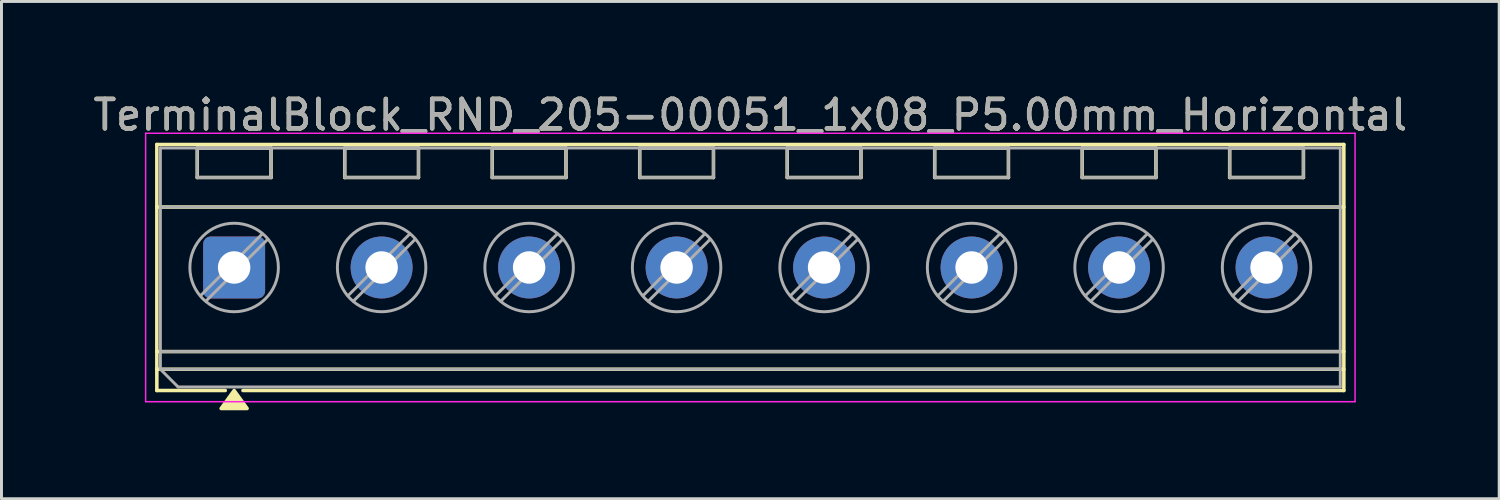
<source format=kicad_pcb>
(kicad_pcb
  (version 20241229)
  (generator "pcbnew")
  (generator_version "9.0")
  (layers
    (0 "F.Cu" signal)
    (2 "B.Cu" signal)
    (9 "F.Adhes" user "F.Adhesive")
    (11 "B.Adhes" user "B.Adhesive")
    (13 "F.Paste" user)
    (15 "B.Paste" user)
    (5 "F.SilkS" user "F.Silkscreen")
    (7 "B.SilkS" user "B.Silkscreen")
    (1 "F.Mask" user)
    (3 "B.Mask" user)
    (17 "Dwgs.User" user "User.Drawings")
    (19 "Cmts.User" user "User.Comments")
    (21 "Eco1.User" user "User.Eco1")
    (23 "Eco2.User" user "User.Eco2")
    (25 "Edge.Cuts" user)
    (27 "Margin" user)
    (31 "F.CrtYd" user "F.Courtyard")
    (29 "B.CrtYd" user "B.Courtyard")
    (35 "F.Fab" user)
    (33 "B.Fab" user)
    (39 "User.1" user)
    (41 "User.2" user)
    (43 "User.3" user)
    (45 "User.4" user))
  (footprint "TerminalBlock_RND_205-00051_1x08_P5.00mm_Horizontal"
    (layer "F.Cu")
    (at 4.887 6.018)
    (property "Reference" "TerminalBlock_RND_205-00051_1x08_P5.00mm_Horizontal" (at 17.5 -5.17 0) (layer "F.SilkS") (effects (font (size 1 1) (thickness 0.15))))
    (attr through_hole)
    (fp_line (start -2.62 -4.17) (end -2.62 4.17) (stroke (width 0.12) (type solid)) (layer "F.SilkS"))
    (fp_line (start -2.62 -4.17) (end 37.62 -4.17) (stroke (width 0.12) (type solid)) (layer "F.SilkS"))
    (fp_line (start -2.62 -2.05) (end 37.62 -2.05) (stroke (width 0.12) (type solid)) (layer "F.SilkS"))
    (fp_line (start -2.62 2.85) (end 37.62 2.85) (stroke (width 0.12) (type solid)) (layer "F.SilkS"))
    (fp_line (start -2.62 3.45) (end 37.62 3.45) (stroke (width 0.12) (type solid)) (layer "F.SilkS"))
    (fp_line (start -2.62 4.17) (end -0.3 4.17) (stroke (width 0.12) (type solid)) (layer "F.SilkS"))
    (fp_line (start -1.25 -4.05) (end -1.25 -3.05) (stroke (width 0.12) (type solid)) (layer "F.SilkS"))
    (fp_line (start -1.25 -4.05) (end 1.25 -4.05) (stroke (width 0.12) (type solid)) (layer "F.SilkS"))
    (fp_line (start -1.25 -3.05) (end 1.25 -3.05) (stroke (width 0.12) (type solid)) (layer "F.SilkS"))
    (fp_line (start 0.3 4.17) (end 37.62 4.17) (stroke (width 0.12) (type solid)) (layer "F.SilkS"))
    (fp_line (start 1.25 -4.05) (end 1.25 -3.05) (stroke (width 0.12) (type solid)) (layer "F.SilkS"))
    (fp_line (start 3.75 -4.05) (end 3.75 -3.05) (stroke (width 0.12) (type solid)) (layer "F.SilkS"))
    (fp_line (start 3.75 -4.05) (end 6.25 -4.05) (stroke (width 0.12) (type solid)) (layer "F.SilkS"))
    (fp_line (start 3.75 -3.05) (end 6.25 -3.05) (stroke (width 0.12) (type solid)) (layer "F.SilkS"))
    (fp_line (start 6.25 -4.05) (end 6.25 -3.05) (stroke (width 0.12) (type solid)) (layer "F.SilkS"))
    (fp_line (start 8.75 -4.05) (end 8.75 -3.05) (stroke (width 0.12) (type solid)) (layer "F.SilkS"))
    (fp_line (start 8.75 -4.05) (end 11.25 -4.05) (stroke (width 0.12) (type solid)) (layer "F.SilkS"))
    (fp_line (start 8.75 -3.05) (end 11.25 -3.05) (stroke (width 0.12) (type solid)) (layer "F.SilkS"))
    (fp_line (start 11.25 -4.05) (end 11.25 -3.05) (stroke (width 0.12) (type solid)) (layer "F.SilkS"))
    (fp_line (start 13.75 -4.05) (end 13.75 -3.05) (stroke (width 0.12) (type solid)) (layer "F.SilkS"))
    (fp_line (start 13.75 -4.05) (end 16.25 -4.05) (stroke (width 0.12) (type solid)) (layer "F.SilkS"))
    (fp_line (start 13.75 -3.05) (end 16.25 -3.05) (stroke (width 0.12) (type solid)) (layer "F.SilkS"))
    (fp_line (start 16.25 -4.05) (end 16.25 -3.05) (stroke (width 0.12) (type solid)) (layer "F.SilkS"))
    (fp_line (start 18.75 -4.05) (end 18.75 -3.05) (stroke (width 0.12) (type solid)) (layer "F.SilkS"))
    (fp_line (start 18.75 -4.05) (end 21.25 -4.05) (stroke (width 0.12) (type solid)) (layer "F.SilkS"))
    (fp_line (start 18.75 -3.05) (end 21.25 -3.05) (stroke (width 0.12) (type solid)) (layer "F.SilkS"))
    (fp_line (start 21.25 -4.05) (end 21.25 -3.05) (stroke (width 0.12) (type solid)) (layer "F.SilkS"))
    (fp_line (start 23.75 -4.05) (end 23.75 -3.05) (stroke (width 0.12) (type solid)) (layer "F.SilkS"))
    (fp_line (start 23.75 -4.05) (end 26.25 -4.05) (stroke (width 0.12) (type solid)) (layer "F.SilkS"))
    (fp_line (start 23.75 -3.05) (end 26.25 -3.05) (stroke (width 0.12) (type solid)) (layer "F.SilkS"))
    (fp_line (start 26.25 -4.05) (end 26.25 -3.05) (stroke (width 0.12) (type solid)) (layer "F.SilkS"))
    (fp_line (start 28.75 -4.05) (end 28.75 -3.05) (stroke (width 0.12) (type solid)) (layer "F.SilkS"))
    (fp_line (start 28.75 -4.05) (end 31.25 -4.05) (stroke (width 0.12) (type solid)) (layer "F.SilkS"))
    (fp_line (start 28.75 -3.05) (end 31.25 -3.05) (stroke (width 0.12) (type solid)) (layer "F.SilkS"))
    (fp_line (start 31.25 -4.05) (end 31.25 -3.05) (stroke (width 0.12) (type solid)) (layer "F.SilkS"))
    (fp_line (start 33.75 -4.05) (end 33.75 -3.05) (stroke (width 0.12) (type solid)) (layer "F.SilkS"))
    (fp_line (start 33.75 -4.05) (end 36.25 -4.05) (stroke (width 0.12) (type solid)) (layer "F.SilkS"))
    (fp_line (start 33.75 -3.05) (end 36.25 -3.05) (stroke (width 0.12) (type solid)) (layer "F.SilkS"))
    (fp_line (start 36.25 -4.05) (end 36.25 -3.05) (stroke (width 0.12) (type solid)) (layer "F.SilkS"))
    (fp_line (start 37.62 -4.17) (end 37.62 4.17) (stroke (width 0.12) (type solid)) (layer "F.SilkS"))
    (fp_poly (pts (xy 0 4.17) (xy 0.44 4.78) (xy -0.44 4.78)) (stroke (width 0.12) (type solid)) (fill yes) (layer "F.SilkS"))
    (fp_line (start -3 -4.55) (end -3 4.55) (stroke (width 0.05) (type solid)) (layer "F.CrtYd"))
    (fp_line (start -3 4.55) (end 38 4.55) (stroke (width 0.05) (type solid)) (layer "F.CrtYd"))
    (fp_line (start 38 -4.55) (end -3 -4.55) (stroke (width 0.05) (type solid)) (layer "F.CrtYd"))
    (fp_line (start 38 4.55) (end 38 -4.55) (stroke (width 0.05) (type solid)) (layer "F.CrtYd"))
    (fp_line (start -2.5 -4.05) (end 37.5 -4.05) (stroke (width 0.1) (type solid)) (layer "F.Fab"))
    (fp_line (start -2.5 -2.05) (end 37.5 -2.05) (stroke (width 0.1) (type solid)) (layer "F.Fab"))
    (fp_line (start -2.5 2.85) (end 37.5 2.85) (stroke (width 0.1) (type solid)) (layer "F.Fab"))
    (fp_line (start -2.5 3.45) (end -2.5 -4.05) (stroke (width 0.1) (type solid)) (layer "F.Fab"))
    (fp_line (start -2.5 3.45) (end 37.5 3.45) (stroke (width 0.1) (type solid)) (layer "F.Fab"))
    (fp_line (start -1.9 4.05) (end -2.5 3.45) (stroke (width 0.1) (type solid)) (layer "F.Fab"))
    (fp_line (start -1.25 -4.05) (end -1.25 -3.05) (stroke (width 0.1) (type solid)) (layer "F.Fab"))
    (fp_line (start -1.25 -3.05) (end 1.25 -3.05) (stroke (width 0.1) (type solid)) (layer "F.Fab"))
    (fp_line (start 0.955 -1.138) (end -1.138 0.955) (stroke (width 0.1) (type solid)) (layer "F.Fab"))
    (fp_line (start 1.138 -0.955) (end -0.955 1.138) (stroke (width 0.1) (type solid)) (layer "F.Fab"))
    (fp_line (start 1.25 -4.05) (end -1.25 -4.05) (stroke (width 0.1) (type solid)) (layer "F.Fab"))
    (fp_line (start 1.25 -3.05) (end 1.25 -4.05) (stroke (width 0.1) (type solid)) (layer "F.Fab"))
    (fp_line (start 3.75 -4.05) (end 3.75 -3.05) (stroke (width 0.1) (type solid)) (layer "F.Fab"))
    (fp_line (start 3.75 -3.05) (end 6.25 -3.05) (stroke (width 0.1) (type solid)) (layer "F.Fab"))
    (fp_line (start 5.955 -1.138) (end 3.862 0.955) (stroke (width 0.1) (type solid)) (layer "F.Fab"))
    (fp_line (start 6.138 -0.955) (end 4.045 1.138) (stroke (width 0.1) (type solid)) (layer "F.Fab"))
    (fp_line (start 6.25 -4.05) (end 3.75 -4.05) (stroke (width 0.1) (type solid)) (layer "F.Fab"))
    (fp_line (start 6.25 -3.05) (end 6.25 -4.05) (stroke (width 0.1) (type solid)) (layer "F.Fab"))
    (fp_line (start 8.75 -4.05) (end 8.75 -3.05) (stroke (width 0.1) (type solid)) (layer "F.Fab"))
    (fp_line (start 8.75 -3.05) (end 11.25 -3.05) (stroke (width 0.1) (type solid)) (layer "F.Fab"))
    (fp_line (start 10.955 -1.138) (end 8.862 0.955) (stroke (width 0.1) (type solid)) (layer "F.Fab"))
    (fp_line (start 11.138 -0.955) (end 9.045 1.138) (stroke (width 0.1) (type solid)) (layer "F.Fab"))
    (fp_line (start 11.25 -4.05) (end 8.75 -4.05) (stroke (width 0.1) (type solid)) (layer "F.Fab"))
    (fp_line (start 11.25 -3.05) (end 11.25 -4.05) (stroke (width 0.1) (type solid)) (layer "F.Fab"))
    (fp_line (start 13.75 -4.05) (end 13.75 -3.05) (stroke (width 0.1) (type solid)) (layer "F.Fab"))
    (fp_line (start 13.75 -3.05) (end 16.25 -3.05) (stroke (width 0.1) (type solid)) (layer "F.Fab"))
    (fp_line (start 15.955 -1.138) (end 13.862 0.955) (stroke (width 0.1) (type solid)) (layer "F.Fab"))
    (fp_line (start 16.138 -0.955) (end 14.045 1.138) (stroke (width 0.1) (type solid)) (layer "F.Fab"))
    (fp_line (start 16.25 -4.05) (end 13.75 -4.05) (stroke (width 0.1) (type solid)) (layer "F.Fab"))
    (fp_line (start 16.25 -3.05) (end 16.25 -4.05) (stroke (width 0.1) (type solid)) (layer "F.Fab"))
    (fp_line (start 18.75 -4.05) (end 18.75 -3.05) (stroke (width 0.1) (type solid)) (layer "F.Fab"))
    (fp_line (start 18.75 -3.05) (end 21.25 -3.05) (stroke (width 0.1) (type solid)) (layer "F.Fab"))
    (fp_line (start 20.955 -1.138) (end 18.862 0.955) (stroke (width 0.1) (type solid)) (layer "F.Fab"))
    (fp_line (start 21.138 -0.955) (end 19.045 1.138) (stroke (width 0.1) (type solid)) (layer "F.Fab"))
    (fp_line (start 21.25 -4.05) (end 18.75 -4.05) (stroke (width 0.1) (type solid)) (layer "F.Fab"))
    (fp_line (start 21.25 -3.05) (end 21.25 -4.05) (stroke (width 0.1) (type solid)) (layer "F.Fab"))
    (fp_line (start 23.75 -4.05) (end 23.75 -3.05) (stroke (width 0.1) (type solid)) (layer "F.Fab"))
    (fp_line (start 23.75 -3.05) (end 26.25 -3.05) (stroke (width 0.1) (type solid)) (layer "F.Fab"))
    (fp_line (start 25.955 -1.138) (end 23.862 0.955) (stroke (width 0.1) (type solid)) (layer "F.Fab"))
    (fp_line (start 26.138 -0.955) (end 24.045 1.138) (stroke (width 0.1) (type solid)) (layer "F.Fab"))
    (fp_line (start 26.25 -4.05) (end 23.75 -4.05) (stroke (width 0.1) (type solid)) (layer "F.Fab"))
    (fp_line (start 26.25 -3.05) (end 26.25 -4.05) (stroke (width 0.1) (type solid)) (layer "F.Fab"))
    (fp_line (start 28.75 -4.05) (end 28.75 -3.05) (stroke (width 0.1) (type solid)) (layer "F.Fab"))
    (fp_line (start 28.75 -3.05) (end 31.25 -3.05) (stroke (width 0.1) (type solid)) (layer "F.Fab"))
    (fp_line (start 30.955 -1.138) (end 28.862 0.955) (stroke (width 0.1) (type solid)) (layer "F.Fab"))
    (fp_line (start 31.138 -0.955) (end 29.045 1.138) (stroke (width 0.1) (type solid)) (layer "F.Fab"))
    (fp_line (start 31.25 -4.05) (end 28.75 -4.05) (stroke (width 0.1) (type solid)) (layer "F.Fab"))
    (fp_line (start 31.25 -3.05) (end 31.25 -4.05) (stroke (width 0.1) (type solid)) (layer "F.Fab"))
    (fp_line (start 33.75 -4.05) (end 33.75 -3.05) (stroke (width 0.1) (type solid)) (layer "F.Fab"))
    (fp_line (start 33.75 -3.05) (end 36.25 -3.05) (stroke (width 0.1) (type solid)) (layer "F.Fab"))
    (fp_line (start 35.955 -1.138) (end 33.862 0.955) (stroke (width 0.1) (type solid)) (layer "F.Fab"))
    (fp_line (start 36.138 -0.955) (end 34.045 1.138) (stroke (width 0.1) (type solid)) (layer "F.Fab"))
    (fp_line (start 36.25 -4.05) (end 33.75 -4.05) (stroke (width 0.1) (type solid)) (layer "F.Fab"))
    (fp_line (start 36.25 -3.05) (end 36.25 -4.05) (stroke (width 0.1) (type solid)) (layer "F.Fab"))
    (fp_line (start 37.5 -4.05) (end 37.5 4.05) (stroke (width 0.1) (type solid)) (layer "F.Fab"))
    (fp_line (start 37.5 4.05) (end -1.9 4.05) (stroke (width 0.1) (type solid)) (layer "F.Fab"))
    (fp_circle (center 0 0) (end 1.5 0) (stroke (width 0.1) (type solid)) (fill no) (layer "F.Fab"))
    (fp_circle (center 5 0) (end 6.5 0) (stroke (width 0.1) (type solid)) (fill no) (layer "F.Fab"))
    (fp_circle (center 10 0) (end 11.5 0) (stroke (width 0.1) (type solid)) (fill no) (layer "F.Fab"))
    (fp_circle (center 15 0) (end 16.5 0) (stroke (width 0.1) (type solid)) (fill no) (layer "F.Fab"))
    (fp_circle (center 20 0) (end 21.5 0) (stroke (width 0.1) (type solid)) (fill no) (layer "F.Fab"))
    (fp_circle (center 25 0) (end 26.5 0) (stroke (width 0.1) (type solid)) (fill no) (layer "F.Fab"))
    (fp_circle (center 30 0) (end 31.5 0) (stroke (width 0.1) (type solid)) (fill no) (layer "F.Fab"))
    (fp_circle (center 35 0) (end 36.5 0) (stroke (width 0.1) (type solid)) (fill no) (layer "F.Fab"))
    (fp_text user "${REFERENCE}" (at 17.5 -5.17 0) (layer "F.Fab") (effects (font (size 1 1) (thickness 0.15))))
    (pad "1" thru_hole roundrect (at 0 0) (size 2.1 2.1) (drill 1.1) (layers "*.Cu" "*.Mask") (roundrect_rratio 0.119))
    (pad "2" thru_hole circle (at 5 0) (size 2.1 2.1) (drill 1.1) (layers "*.Cu" "*.Mask"))
    (pad "3" thru_hole circle (at 10 0) (size 2.1 2.1) (drill 1.1) (layers "*.Cu" "*.Mask"))
    (pad "4" thru_hole circle (at 15 0) (size 2.1 2.1) (drill 1.1) (layers "*.Cu" "*.Mask"))
    (pad "5" thru_hole circle (at 20 0) (size 2.1 2.1) (drill 1.1) (layers "*.Cu" "*.Mask"))
    (pad "6" thru_hole circle (at 25 0) (size 2.1 2.1) (drill 1.1) (layers "*.Cu" "*.Mask"))
    (pad "7" thru_hole circle (at 30 0) (size 2.1 2.1) (drill 1.1) (layers "*.Cu" "*.Mask"))
    (pad "8" thru_hole circle (at 35 0) (size 2.1 2.1) (drill 1.1) (layers "*.Cu" "*.Mask")))
  (gr_rect
    (start -3 -3)
    (end 47.774 13.858)
    (stroke (width 0.1) (type default))
    (fill no)
    (layer "Edge.Cuts")))
</source>
